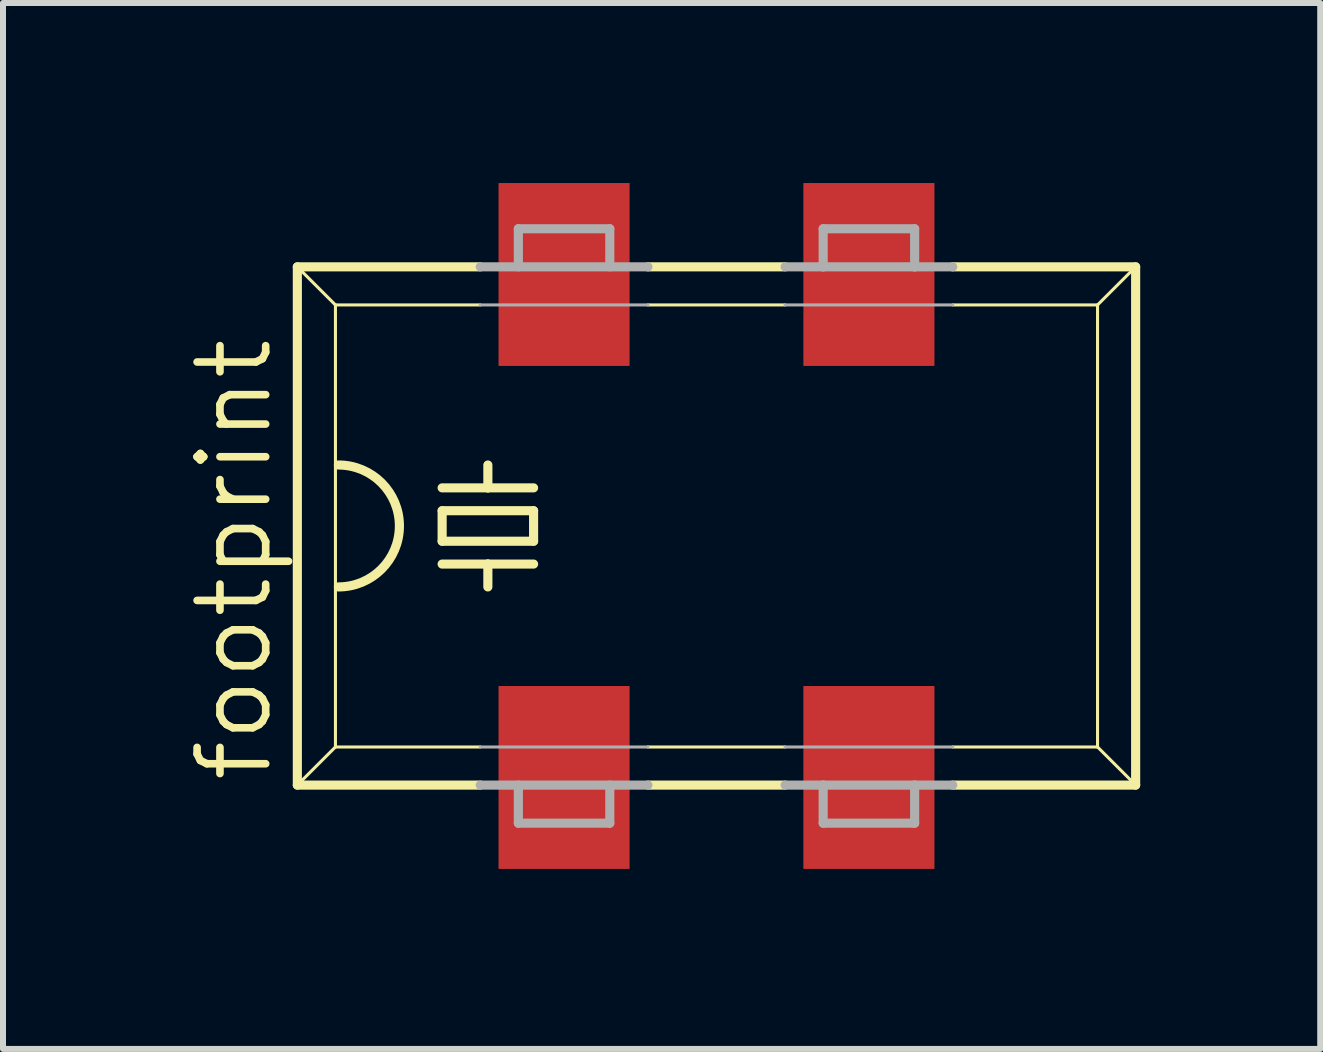
<source format=kicad_pcb>
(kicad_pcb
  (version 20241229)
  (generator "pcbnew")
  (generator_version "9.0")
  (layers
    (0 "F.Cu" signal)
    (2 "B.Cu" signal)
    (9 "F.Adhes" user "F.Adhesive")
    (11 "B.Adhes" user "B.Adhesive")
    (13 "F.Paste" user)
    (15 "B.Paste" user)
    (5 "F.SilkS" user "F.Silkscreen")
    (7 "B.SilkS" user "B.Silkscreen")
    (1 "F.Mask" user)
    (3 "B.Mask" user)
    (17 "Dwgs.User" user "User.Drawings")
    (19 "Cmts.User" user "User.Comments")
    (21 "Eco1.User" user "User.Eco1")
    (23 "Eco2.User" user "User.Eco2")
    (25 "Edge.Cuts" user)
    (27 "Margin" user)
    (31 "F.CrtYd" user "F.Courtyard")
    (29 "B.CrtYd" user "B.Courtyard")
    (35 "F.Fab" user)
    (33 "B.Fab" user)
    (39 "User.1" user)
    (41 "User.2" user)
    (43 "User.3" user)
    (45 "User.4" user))
  (footprint "footprint"
    (layer "F.Cu")
    (at 8.89 5.715)
    (property "Reference" "footprint" (at -7.366 4.318 90) (layer "F.SilkS") (effects (font (size 1.143 1.143) (thickness 0.127)) (justify left bottom)))
    (fp_line (start -6.985 -4.318) (end -3.937 -4.318) (stroke (width 0.152) (type solid)) (layer "F.SilkS"))
    (fp_line (start -6.985 4.318) (end -6.985 -4.318) (stroke (width 0.152) (type solid)) (layer "F.SilkS"))
    (fp_line (start -6.985 4.318) (end -3.937 4.318) (stroke (width 0.152) (type solid)) (layer "F.SilkS"))
    (fp_line (start -6.35 -3.683) (end -6.985 -4.318) (stroke (width 0.051) (type solid)) (layer "F.SilkS"))
    (fp_line (start -6.35 -3.683) (end -6.35 3.683) (stroke (width 0.051) (type solid)) (layer "F.SilkS"))
    (fp_line (start -6.35 3.683) (end -6.985 4.318) (stroke (width 0.051) (type solid)) (layer "F.SilkS"))
    (fp_line (start -6.35 3.683) (end -3.937 3.683) (stroke (width 0.051) (type solid)) (layer "F.SilkS"))
    (fp_line (start -4.572 -0.635) (end -3.81 -0.635) (stroke (width 0.152) (type solid)) (layer "F.SilkS"))
    (fp_line (start -4.572 -0.254) (end -4.572 0.254) (stroke (width 0.152) (type solid)) (layer "F.SilkS"))
    (fp_line (start -4.572 0.254) (end -3.048 0.254) (stroke (width 0.152) (type solid)) (layer "F.SilkS"))
    (fp_line (start -4.572 0.635) (end -3.81 0.635) (stroke (width 0.152) (type solid)) (layer "F.SilkS"))
    (fp_line (start -3.937 -3.683) (end -6.35 -3.683) (stroke (width 0.051) (type solid)) (layer "F.SilkS"))
    (fp_line (start -3.81 -0.635) (end -3.81 -1.016) (stroke (width 0.152) (type solid)) (layer "F.SilkS"))
    (fp_line (start -3.81 -0.635) (end -3.048 -0.635) (stroke (width 0.152) (type solid)) (layer "F.SilkS"))
    (fp_line (start -3.81 0.635) (end -3.81 1.016) (stroke (width 0.152) (type solid)) (layer "F.SilkS"))
    (fp_line (start -3.81 0.635) (end -3.048 0.635) (stroke (width 0.152) (type solid)) (layer "F.SilkS"))
    (fp_line (start -3.048 -0.254) (end -4.572 -0.254) (stroke (width 0.152) (type solid)) (layer "F.SilkS"))
    (fp_line (start -3.048 0.254) (end -3.048 -0.254) (stroke (width 0.152) (type solid)) (layer "F.SilkS"))
    (fp_line (start -1.143 -4.318) (end 1.143 -4.318) (stroke (width 0.152) (type solid)) (layer "F.SilkS"))
    (fp_line (start -1.143 3.683) (end 1.143 3.683) (stroke (width 0.051) (type solid)) (layer "F.SilkS"))
    (fp_line (start -1.143 4.318) (end 1.143 4.318) (stroke (width 0.152) (type solid)) (layer "F.SilkS"))
    (fp_line (start 1.143 -3.683) (end -1.143 -3.683) (stroke (width 0.051) (type solid)) (layer "F.SilkS"))
    (fp_line (start 3.937 -4.318) (end 6.985 -4.318) (stroke (width 0.152) (type solid)) (layer "F.SilkS"))
    (fp_line (start 3.937 3.683) (end 6.35 3.683) (stroke (width 0.051) (type solid)) (layer "F.SilkS"))
    (fp_line (start 3.937 4.318) (end 6.985 4.318) (stroke (width 0.152) (type solid)) (layer "F.SilkS"))
    (fp_line (start 6.35 -3.683) (end 3.937 -3.683) (stroke (width 0.051) (type solid)) (layer "F.SilkS"))
    (fp_line (start 6.35 -3.683) (end 6.985 -4.318) (stroke (width 0.051) (type solid)) (layer "F.SilkS"))
    (fp_line (start 6.35 3.683) (end 6.35 -3.683) (stroke (width 0.051) (type solid)) (layer "F.SilkS"))
    (fp_line (start 6.35 3.683) (end 6.985 4.318) (stroke (width 0.051) (type solid)) (layer "F.SilkS"))
    (fp_line (start 6.985 -4.318) (end 6.985 4.318) (stroke (width 0.152) (type solid)) (layer "F.SilkS"))
    (fp_arc (start -6.3 -1.016) (mid -5.284 0) (end -6.3 1.016) (stroke (width 0.1524) (type solid)) (layer "F.SilkS"))
    (fp_line (start -3.937 -4.318) (end -1.143 -4.318) (stroke (width 0.152) (type solid)) (layer "F.Fab"))
    (fp_line (start -3.937 3.683) (end -1.143 3.683) (stroke (width 0.051) (type solid)) (layer "F.Fab"))
    (fp_line (start -3.937 4.318) (end -1.143 4.318) (stroke (width 0.152) (type solid)) (layer "F.Fab"))
    (fp_line (start -3.302 -4.953) (end -1.778 -4.953) (stroke (width 0.152) (type solid)) (layer "F.Fab"))
    (fp_line (start -3.302 -4.318) (end -3.302 -4.953) (stroke (width 0.152) (type solid)) (layer "F.Fab"))
    (fp_line (start -3.302 4.318) (end -3.302 4.953) (stroke (width 0.152) (type solid)) (layer "F.Fab"))
    (fp_line (start -3.302 4.953) (end -1.778 4.953) (stroke (width 0.152) (type solid)) (layer "F.Fab"))
    (fp_line (start -1.778 -4.318) (end -1.778 -4.953) (stroke (width 0.152) (type solid)) (layer "F.Fab"))
    (fp_line (start -1.778 4.953) (end -1.778 4.318) (stroke (width 0.152) (type solid)) (layer "F.Fab"))
    (fp_line (start -1.143 -3.683) (end -3.937 -3.683) (stroke (width 0.051) (type solid)) (layer "F.Fab"))
    (fp_line (start 1.143 -4.318) (end 1.778 -4.318) (stroke (width 0.152) (type solid)) (layer "F.Fab"))
    (fp_line (start 1.143 3.683) (end 3.937 3.683) (stroke (width 0.051) (type solid)) (layer "F.Fab"))
    (fp_line (start 1.143 4.318) (end 1.778 4.318) (stroke (width 0.152) (type solid)) (layer "F.Fab"))
    (fp_line (start 1.778 -4.953) (end 3.302 -4.953) (stroke (width 0.152) (type solid)) (layer "F.Fab"))
    (fp_line (start 1.778 -4.318) (end 1.778 -4.953) (stroke (width 0.152) (type solid)) (layer "F.Fab"))
    (fp_line (start 1.778 -4.318) (end 3.302 -4.318) (stroke (width 0.152) (type solid)) (layer "F.Fab"))
    (fp_line (start 1.778 4.318) (end 1.778 4.953) (stroke (width 0.152) (type solid)) (layer "F.Fab"))
    (fp_line (start 1.778 4.318) (end 3.302 4.318) (stroke (width 0.152) (type solid)) (layer "F.Fab"))
    (fp_line (start 1.778 4.953) (end 3.302 4.953) (stroke (width 0.152) (type solid)) (layer "F.Fab"))
    (fp_line (start 3.302 -4.318) (end 3.302 -4.953) (stroke (width 0.152) (type solid)) (layer "F.Fab"))
    (fp_line (start 3.302 -4.318) (end 3.937 -4.318) (stroke (width 0.152) (type solid)) (layer "F.Fab"))
    (fp_line (start 3.302 4.318) (end 3.937 4.318) (stroke (width 0.152) (type solid)) (layer "F.Fab"))
    (fp_line (start 3.302 4.953) (end 3.302 4.318) (stroke (width 0.152) (type solid)) (layer "F.Fab"))
    (fp_line (start 3.937 -3.683) (end 1.143 -3.683) (stroke (width 0.051) (type solid)) (layer "F.Fab"))
    (pad "1" smd rect (at -2.54 4.191) (size 2.184 3.048) (layers "F.Cu" "F.Mask" "F.Paste"))
    (pad "2" smd rect (at 2.54 4.191) (size 2.184 3.048) (layers "F.Cu" "F.Mask" "F.Paste"))
    (pad "3" smd rect (at 2.54 -4.191) (size 2.184 3.048) (layers "F.Cu" "F.Mask" "F.Paste"))
    (pad "4" smd rect (at -2.54 -4.191) (size 2.184 3.048) (layers "F.Cu" "F.Mask" "F.Paste")))
  (gr_rect
    (start -3 -3)
    (end 18.951 14.43)
    (stroke (width 0.1) (type default))
    (fill no)
    (layer "Edge.Cuts")))
</source>
